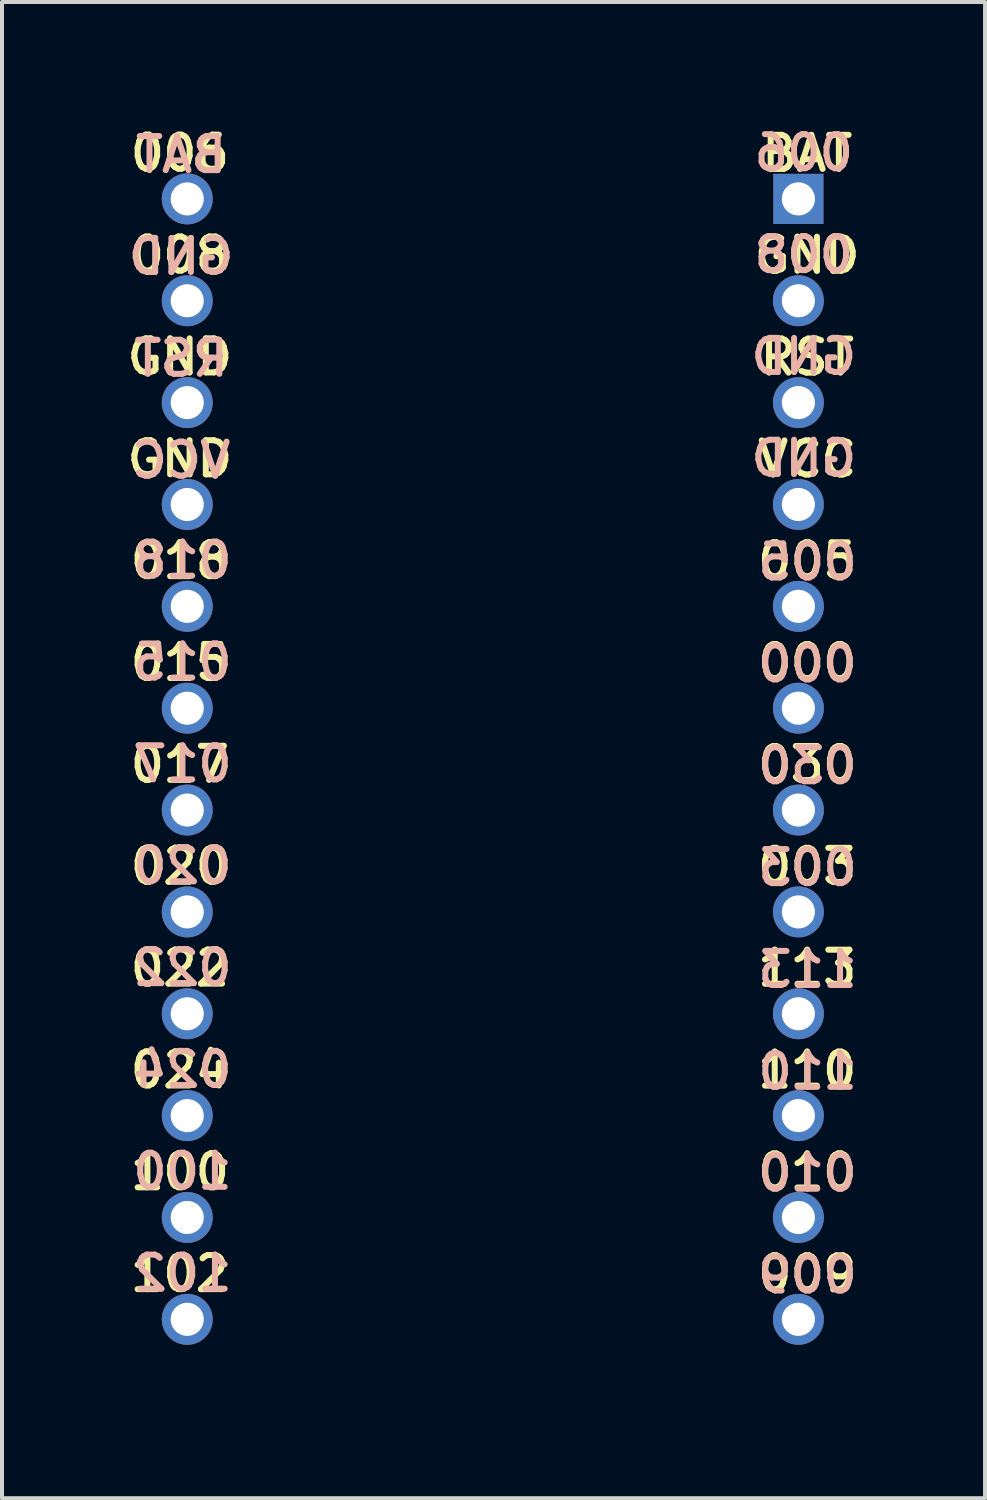
<source format=kicad_pcb>
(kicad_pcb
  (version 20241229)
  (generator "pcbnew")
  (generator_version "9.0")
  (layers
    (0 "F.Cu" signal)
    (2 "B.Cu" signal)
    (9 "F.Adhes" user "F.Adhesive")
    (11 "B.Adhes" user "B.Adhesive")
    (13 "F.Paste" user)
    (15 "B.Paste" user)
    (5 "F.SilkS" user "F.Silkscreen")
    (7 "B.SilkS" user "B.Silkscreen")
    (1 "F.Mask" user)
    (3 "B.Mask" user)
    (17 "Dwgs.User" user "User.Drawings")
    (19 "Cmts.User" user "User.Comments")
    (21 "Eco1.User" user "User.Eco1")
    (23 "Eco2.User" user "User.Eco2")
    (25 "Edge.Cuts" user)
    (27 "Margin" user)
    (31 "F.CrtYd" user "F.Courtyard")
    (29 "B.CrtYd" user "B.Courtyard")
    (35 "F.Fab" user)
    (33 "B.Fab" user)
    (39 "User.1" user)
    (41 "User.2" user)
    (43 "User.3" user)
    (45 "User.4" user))
  (footprint "pro_micro"
    (layer "F.Cu")
    (at 8.858 16.642)
    (property "Reference" "pro_micro" (at 0.508 -14.732 0) (layer "Eco1.User") (effects (font (size 1.27 1.524) (thickness 0.203))))
    (attr through_hole)
    (fp_line (start -8.509 -16.002) (end 9.271 -16.002) (stroke (width 0.381) (type solid)) (layer "Margin"))
    (fp_line (start -8.509 -16.002) (end 9.271 -16.002) (stroke (width 0.381) (type solid)) (layer "Margin"))
    (fp_line (start -8.509 14.478) (end -8.509 -16.002) (stroke (width 0.381) (type solid)) (layer "Margin"))
    (fp_line (start -8.509 14.478) (end -8.509 -16.002) (stroke (width 0.381) (type solid)) (layer "Margin"))
    (fp_line (start 6.731 -16.002) (end 6.731 -13.462) (stroke (width 0.381) (type solid)) (layer "Margin"))
    (fp_line (start 6.731 -16.002) (end 6.731 -13.462) (stroke (width 0.381) (type solid)) (layer "Margin"))
    (fp_line (start 6.731 -13.462) (end 9.271 -13.462) (stroke (width 0.381) (type solid)) (layer "Margin"))
    (fp_line (start 6.731 -13.462) (end 9.271 -13.462) (stroke (width 0.381) (type solid)) (layer "Margin"))
    (fp_line (start 9.271 -16.002) (end 9.271 14.478) (stroke (width 0.381) (type solid)) (layer "Margin"))
    (fp_line (start 9.271 -16.002) (end 9.271 14.478) (stroke (width 0.381) (type solid)) (layer "Margin"))
    (fp_line (start 9.271 14.478) (end -8.509 14.478) (stroke (width 0.381) (type solid)) (layer "Margin"))
    (fp_line (start 9.271 14.478) (end -8.509 14.478) (stroke (width 0.381) (type solid)) (layer "Margin"))
    (fp_text user "022" (at -7.423 4.45 0) (layer "F.SilkS") (effects (font (size 0.85 0.85) (thickness 0.15))))
    (fp_text user "GND" (at -7.423 -10.79 0) (layer "F.SilkS") (effects (font (size 0.85 0.85) (thickness 0.15))))
    (fp_text user "008" (at -7.423 -13.33 0) (layer "F.SilkS") (effects (font (size 0.85 0.85) (thickness 0.15))))
    (fp_text user "015" (at -7.423 -3.17 0) (layer "F.SilkS") (effects (font (size 0.85 0.85) (thickness 0.15))))
    (fp_text user "003" (at 8.221 1.915 0) (layer "F.SilkS") (effects (font (size 0.85 0.85) (thickness 0.15))))
    (fp_text user "024" (at -7.423 6.99 0) (layer "F.SilkS") (effects (font (size 0.85 0.85) (thickness 0.15))))
    (fp_text user "BAT" (at 8.221 -15.865 0) (layer "F.SilkS") (effects (font (size 0.85 0.85) (thickness 0.15))))
    (fp_text user "GND" (at 8.221 -13.325 0) (layer "F.SilkS") (effects (font (size 0.85 0.85) (thickness 0.15))))
    (fp_text user "RST" (at 8.221 -10.785 0) (layer "F.SilkS") (effects (font (size 0.85 0.85) (thickness 0.15))))
    (fp_text user "006" (at -7.423 -15.87 0) (layer "F.SilkS") (effects (font (size 0.85 0.85) (thickness 0.15))))
    (fp_text user "GND" (at -7.423 -8.25 0) (layer "F.SilkS") (effects (font (size 0.85 0.85) (thickness 0.15))))
    (fp_text user "009" (at 8.221 12.075 0) (layer "F.SilkS") (effects (font (size 0.85 0.85) (thickness 0.15))))
    (fp_text user "030" (at 8.221 -0.625 0) (layer "F.SilkS") (effects (font (size 0.85 0.85) (thickness 0.15))))
    (fp_text user "020" (at -7.423 1.91 0) (layer "F.SilkS") (effects (font (size 0.85 0.85) (thickness 0.15))))
    (fp_text user "000" (at 8.221 -3.165 0) (layer "F.SilkS") (effects (font (size 0.85 0.85) (thickness 0.15))))
    (fp_text user "110" (at 8.221 6.995 0) (layer "F.SilkS") (effects (font (size 0.85 0.85) (thickness 0.15))))
    (fp_text user "005" (at 8.221 -5.705 0) (layer "F.SilkS") (effects (font (size 0.85 0.85) (thickness 0.15))))
    (fp_text user "100" (at -7.423 9.53 0) (layer "F.SilkS") (effects (font (size 0.85 0.85) (thickness 0.15))))
    (fp_text user "102" (at -7.423 12.07 0) (layer "F.SilkS") (effects (font (size 0.85 0.85) (thickness 0.15))))
    (fp_text user "113" (at 8.221 4.455 0) (layer "F.SilkS") (effects (font (size 0.85 0.85) (thickness 0.15))))
    (fp_text user "VCC" (at 8.221 -8.245 0) (layer "F.SilkS") (effects (font (size 0.85 0.85) (thickness 0.15))))
    (fp_text user "017" (at -7.423 -0.63 0) (layer "F.SilkS") (effects (font (size 0.85 0.85) (thickness 0.15))))
    (fp_text user "010" (at 8.221 9.535 0) (layer "F.SilkS") (effects (font (size 0.85 0.85) (thickness 0.15))))
    (fp_text user "018" (at -7.423 -5.71 0) (layer "F.SilkS") (effects (font (size 0.85 0.85) (thickness 0.15))))
    (fp_text user "006" (at 8.136 -15.882 180) (layer "B.SilkS") (effects (font (size 0.85 0.85) (thickness 0.15)) (justify mirror)))
    (fp_text user "018" (at -7.358 -5.722 180) (layer "B.SilkS") (effects (font (size 0.85 0.85) (thickness 0.15)) (justify mirror)))
    (fp_text user "GND" (at 8.136 -8.262 180) (layer "B.SilkS") (effects (font (size 0.85 0.85) (thickness 0.15)) (justify mirror)))
    (fp_text user "GND" (at 8.136 -10.802 180) (layer "B.SilkS") (effects (font (size 0.85 0.85) (thickness 0.15)) (justify mirror)))
    (fp_text user "003" (at 8.23 1.945 180) (layer "B.SilkS") (effects (font (size 0.85 0.85) (thickness 0.15)) (justify mirror)))
    (fp_text user "GND" (at -7.391 -13.295 180) (layer "B.SilkS") (effects (font (size 0.85 0.85) (thickness 0.15)) (justify mirror)))
    (fp_text user "022" (at -7.358 4.438 180) (layer "B.SilkS") (effects (font (size 0.85 0.85) (thickness 0.15)) (justify mirror)))
    (fp_text user "030" (at 8.23 -0.595 180) (layer "B.SilkS") (effects (font (size 0.85 0.85) (thickness 0.15)) (justify mirror)))
    (fp_text user "017" (at -7.358 -0.642 180) (layer "B.SilkS") (effects (font (size 0.85 0.85) (thickness 0.15)) (justify mirror)))
    (fp_text user "000" (at 8.23 -3.135 180) (layer "B.SilkS") (effects (font (size 0.85 0.85) (thickness 0.15)) (justify mirror)))
    (fp_text user "VCC" (at -7.391 -8.215 180) (layer "B.SilkS") (effects (font (size 0.85 0.85) (thickness 0.15)) (justify mirror)))
    (fp_text user "010" (at 8.23 9.565 180) (layer "B.SilkS") (effects (font (size 0.85 0.85) (thickness 0.15)) (justify mirror)))
    (fp_text user "015" (at -7.358 -3.182 180) (layer "B.SilkS") (effects (font (size 0.85 0.85) (thickness 0.15)) (justify mirror)))
    (fp_text user "102" (at -7.358 12.058 180) (layer "B.SilkS") (effects (font (size 0.85 0.85) (thickness 0.15)) (justify mirror)))
    (fp_text user "RST" (at -7.391 -10.755 180) (layer "B.SilkS") (effects (font (size 0.85 0.85) (thickness 0.15)) (justify mirror)))
    (fp_text user "113" (at 8.23 4.485 180) (layer "B.SilkS") (effects (font (size 0.85 0.85) (thickness 0.15)) (justify mirror)))
    (fp_text user "005" (at 8.23 -5.675 180) (layer "B.SilkS") (effects (font (size 0.85 0.85) (thickness 0.15)) (justify mirror)))
    (fp_text user "BAT" (at -7.391 -15.835 180) (layer "B.SilkS") (effects (font (size 0.85 0.85) (thickness 0.15)) (justify mirror)))
    (fp_text user "110" (at 8.23 7.025 180) (layer "B.SilkS") (effects (font (size 0.85 0.85) (thickness 0.15)) (justify mirror)))
    (fp_text user "009" (at 8.23 12.105 180) (layer "B.SilkS") (effects (font (size 0.85 0.85) (thickness 0.15)) (justify mirror)))
    (fp_text user "024" (at -7.358 6.978 180) (layer "B.SilkS") (effects (font (size 0.85 0.85) (thickness 0.15)) (justify mirror)))
    (fp_text user "020" (at -7.358 1.898 180) (layer "B.SilkS") (effects (font (size 0.85 0.85) (thickness 0.15)) (justify mirror)))
    (fp_text user "100" (at -7.358 9.518 180) (layer "B.SilkS") (effects (font (size 0.85 0.85) (thickness 0.15)) (justify mirror)))
    (fp_text user "008" (at 8.136 -13.342 180) (layer "B.SilkS") (effects (font (size 0.85 0.85) (thickness 0.15)) (justify mirror)))
    (pad "1" thru_hole rect (at 8.001 -14.732 270) (size 1.25 1.25) (drill 0.825) (layers "*.Cu" "*.Mask"))
    (pad "2" thru_hole circle (at 8.001 -12.192 270) (size 1.27 1.27) (drill 0.825) (layers "*.Cu" "*.Mask"))
    (pad "3" thru_hole circle (at 8.001 -9.652 270) (size 1.27 1.27) (drill 0.825) (layers "*.Cu" "*.Mask"))
    (pad "4" thru_hole circle (at 8.001 -7.112 270) (size 1.27 1.27) (drill 0.825) (layers "*.Cu" "*.Mask"))
    (pad "5" thru_hole circle (at 8.001 -4.572 270) (size 1.27 1.27) (drill 0.825) (layers "*.Cu" "*.Mask"))
    (pad "6" thru_hole circle (at 8.001 -2.032 270) (size 1.27 1.27) (drill 0.825) (layers "*.Cu" "*.Mask"))
    (pad "7" thru_hole circle (at 8.001 0.508 270) (size 1.27 1.27) (drill 0.825) (layers "*.Cu" "*.Mask"))
    (pad "8" thru_hole circle (at 8.001 3.048 270) (size 1.27 1.27) (drill 0.825) (layers "*.Cu" "*.Mask"))
    (pad "9" thru_hole circle (at 8.001 5.588 270) (size 1.27 1.27) (drill 0.825) (layers "*.Cu" "*.Mask"))
    (pad "10" thru_hole circle (at 8.001 8.128 270) (size 1.27 1.27) (drill 0.825) (layers "*.Cu" "*.Mask"))
    (pad "11" thru_hole circle (at 8.001 10.668 270) (size 1.27 1.27) (drill 0.825) (layers "*.Cu" "*.Mask"))
    (pad "12" thru_hole circle (at 8.001 13.208 270) (size 1.27 1.27) (drill 0.825) (layers "*.Cu" "*.Mask"))
    (pad "13" thru_hole circle (at -7.239 -14.732 270) (size 1.27 1.27) (drill 0.825) (layers "*.Cu" "*.Mask"))
    (pad "14" thru_hole circle (at -7.239 -12.192 270) (size 1.27 1.27) (drill 0.825) (layers "*.Cu" "*.Mask"))
    (pad "15" thru_hole circle (at -7.239 -9.652 270) (size 1.27 1.27) (drill 0.825) (layers "*.Cu" "*.Mask"))
    (pad "16" thru_hole circle (at -7.239 -7.112 270) (size 1.27 1.27) (drill 0.825) (layers "*.Cu" "*.Mask"))
    (pad "17" thru_hole circle (at -7.239 -4.572 270) (size 1.27 1.27) (drill 0.825) (layers "*.Cu" "*.Mask"))
    (pad "18" thru_hole circle (at -7.239 -2.032 270) (size 1.27 1.27) (drill 0.825) (layers "*.Cu" "*.Mask"))
    (pad "19" thru_hole circle (at -7.239 0.508 270) (size 1.27 1.27) (drill 0.825) (layers "*.Cu" "*.Mask"))
    (pad "20" thru_hole circle (at -7.239 3.048 270) (size 1.27 1.27) (drill 0.825) (layers "*.Cu" "*.Mask"))
    (pad "21" thru_hole circle (at -7.239 5.588 90) (size 1.27 1.27) (drill 0.825) (layers "*.Cu" "*.Mask"))
    (pad "22" thru_hole circle (at -7.239 8.128 270) (size 1.27 1.27) (drill 0.825) (layers "*.Cu" "*.Mask"))
    (pad "23" thru_hole circle (at -7.239 10.668 270) (size 1.27 1.27) (drill 0.825) (layers "*.Cu" "*.Mask"))
    (pad "24" thru_hole circle (at -7.239 13.208 270) (size 1.27 1.27) (drill 0.825) (layers "*.Cu" "*.Mask")))
  (gr_rect
    (start -3 -3)
    (end 21.514 34.311)
    (stroke (width 0.1) (type default))
    (fill no)
    (layer "Edge.Cuts")))
</source>
